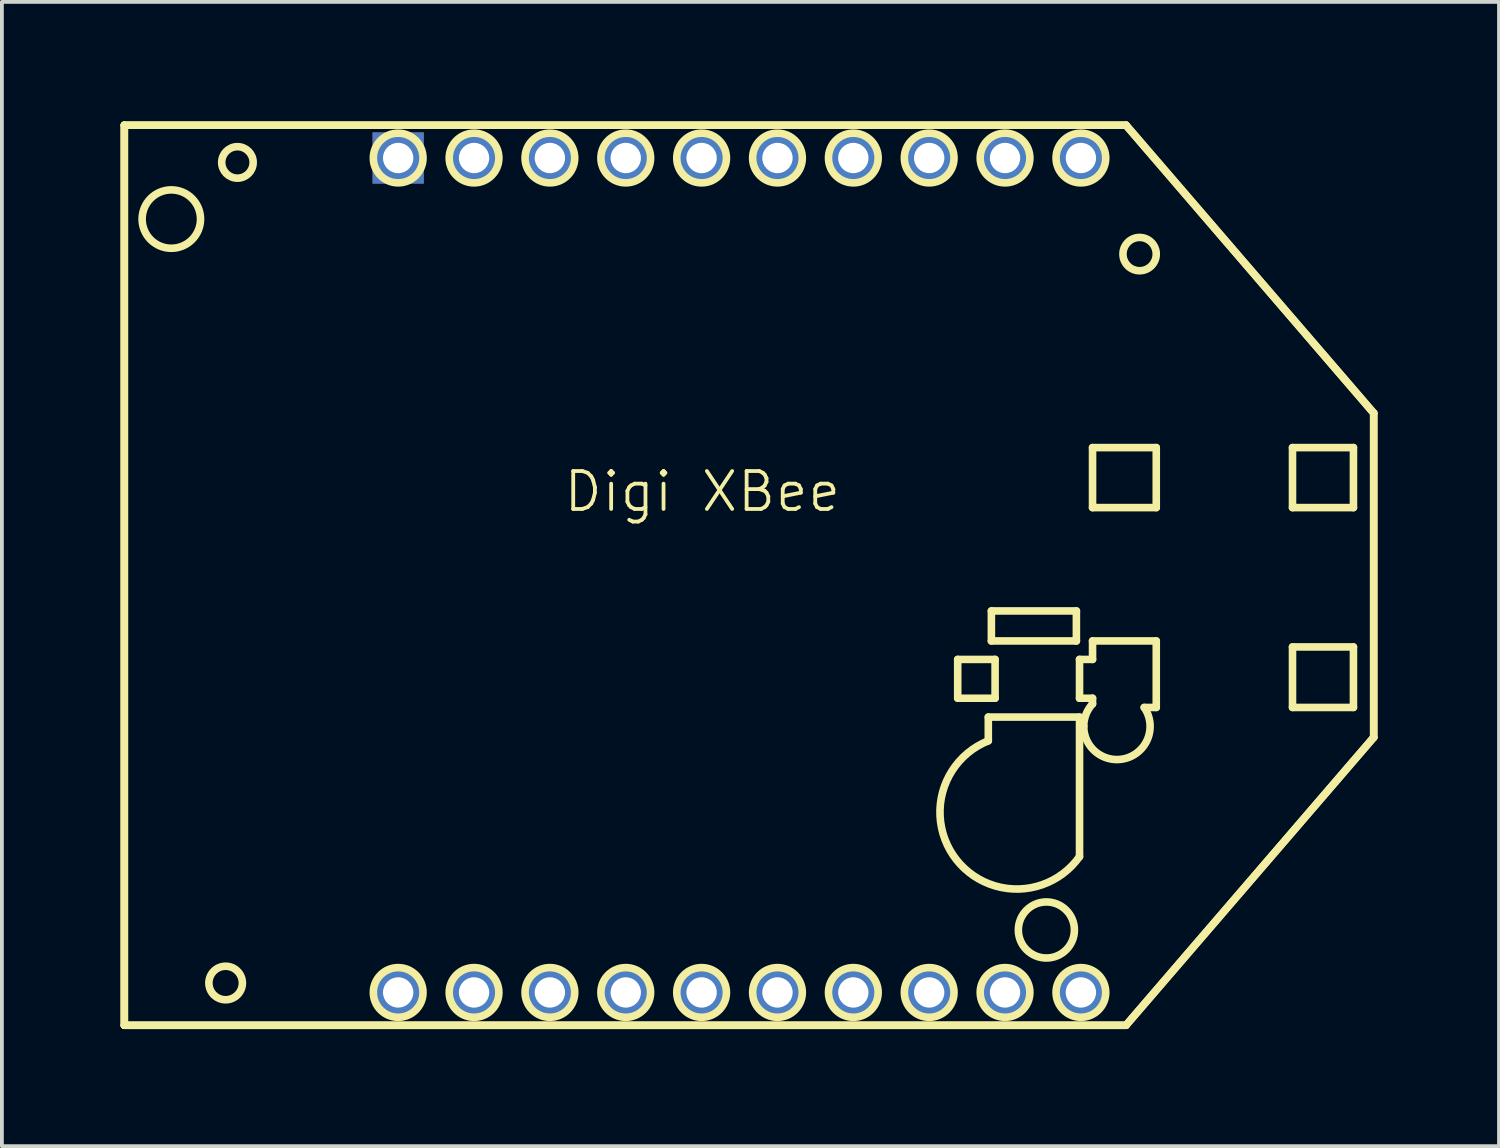
<source format=kicad_pcb>
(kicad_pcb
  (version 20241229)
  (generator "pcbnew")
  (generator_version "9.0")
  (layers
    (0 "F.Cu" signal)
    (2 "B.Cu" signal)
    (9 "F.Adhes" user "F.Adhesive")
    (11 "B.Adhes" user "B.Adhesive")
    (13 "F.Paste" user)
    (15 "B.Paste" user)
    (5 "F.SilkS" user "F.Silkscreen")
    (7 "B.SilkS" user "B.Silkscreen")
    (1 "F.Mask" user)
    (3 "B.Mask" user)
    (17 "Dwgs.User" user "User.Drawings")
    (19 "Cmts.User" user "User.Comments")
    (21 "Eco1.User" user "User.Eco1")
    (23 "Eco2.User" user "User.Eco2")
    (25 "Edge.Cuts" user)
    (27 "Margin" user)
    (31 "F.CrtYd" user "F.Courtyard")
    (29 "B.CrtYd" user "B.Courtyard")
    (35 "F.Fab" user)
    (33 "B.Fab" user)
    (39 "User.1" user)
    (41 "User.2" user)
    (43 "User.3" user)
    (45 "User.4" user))
  (footprint "Digi XBee"
    (layer "F.Cu")
    (at 15.468 10.411)
    (property "Reference" "Digi XBee" (at 0 -0.5 0) (unlocked yes) (layer "F.SilkS") (effects (font (size 1 1) (thickness 0.1))))
    (attr through_hole)
    (fp_line (start -15.24 -10.16) (end -15.24 13.57) (stroke (width 0.2) (type solid)) (layer "F.SilkS"))
    (fp_line (start -15.24 -10.16) (end -15.24 13.57) (stroke (width 0.2) (type solid)) (layer "F.SilkS"))
    (fp_line (start -15.24 13.57) (end 11.17 13.57) (stroke (width 0.2) (type solid)) (layer "F.SilkS"))
    (fp_line (start -15.24 13.57) (end 11.17 13.57) (stroke (width 0.2) (type solid)) (layer "F.SilkS"))
    (fp_line (start 6.732 3.925) (end 7.718 3.925) (stroke (width 0.2) (type solid)) (layer "F.SilkS"))
    (fp_line (start 6.732 4.948) (end 6.732 3.925) (stroke (width 0.2) (type solid)) (layer "F.SilkS"))
    (fp_line (start 7.539 5.445) (end 7.539 6.071) (stroke (width 0.2) (type solid)) (layer "F.SilkS"))
    (fp_line (start 7.62 2.647) (end 9.861 2.647) (stroke (width 0.2) (type solid)) (layer "F.SilkS"))
    (fp_line (start 7.62 3.438) (end 7.62 2.647) (stroke (width 0.2) (type solid)) (layer "F.SilkS"))
    (fp_line (start 7.718 3.925) (end 7.718 4.948) (stroke (width 0.2) (type solid)) (layer "F.SilkS"))
    (fp_line (start 7.718 4.948) (end 6.732 4.948) (stroke (width 0.2) (type solid)) (layer "F.SilkS"))
    (fp_line (start 9.861 2.647) (end 9.861 3.438) (stroke (width 0.2) (type solid)) (layer "F.SilkS"))
    (fp_line (start 9.861 3.438) (end 7.62 3.438) (stroke (width 0.2) (type solid)) (layer "F.SilkS"))
    (fp_line (start 9.944 3.925) (end 9.944 4.948) (stroke (width 0.2) (type solid)) (layer "F.SilkS"))
    (fp_line (start 9.944 4.948) (end 10.287 4.948) (stroke (width 0.2) (type solid)) (layer "F.SilkS"))
    (fp_line (start 9.944 5.445) (end 7.539 5.445) (stroke (width 0.2) (type solid)) (layer "F.SilkS"))
    (fp_line (start 9.944 9.124) (end 9.944 5.445) (stroke (width 0.2) (type solid)) (layer "F.SilkS"))
    (fp_line (start 10.287 -1.66) (end 11.967 -1.66) (stroke (width 0.2) (type solid)) (layer "F.SilkS"))
    (fp_line (start 10.287 -0.078) (end 10.287 -1.66) (stroke (width 0.2) (type solid)) (layer "F.SilkS"))
    (fp_line (start 10.287 3.438) (end 10.287 3.925) (stroke (width 0.2) (type solid)) (layer "F.SilkS"))
    (fp_line (start 10.287 3.925) (end 9.944 3.925) (stroke (width 0.2) (type solid)) (layer "F.SilkS"))
    (fp_line (start 10.287 4.948) (end 10.287 5.097) (stroke (width 0.2) (type solid)) (layer "F.SilkS"))
    (fp_line (start 11.17 -10.16) (end -15.24 -10.16) (stroke (width 0.2) (type solid)) (layer "F.SilkS"))
    (fp_line (start 11.17 -10.16) (end -15.24 -10.16) (stroke (width 0.2) (type solid)) (layer "F.SilkS"))
    (fp_line (start 11.17 13.57) (end 17.7 5.98) (stroke (width 0.2) (type solid)) (layer "F.SilkS"))
    (fp_line (start 11.17 13.57) (end 17.7 5.98) (stroke (width 0.2) (type solid)) (layer "F.SilkS"))
    (fp_line (start 11.649 5.191) (end 11.967 5.191) (stroke (width 0.2) (type solid)) (layer "F.SilkS"))
    (fp_line (start 11.967 -1.66) (end 11.967 -0.078) (stroke (width 0.2) (type solid)) (layer "F.SilkS"))
    (fp_line (start 11.967 -0.078) (end 10.287 -0.078) (stroke (width 0.2) (type solid)) (layer "F.SilkS"))
    (fp_line (start 11.967 3.438) (end 10.287 3.438) (stroke (width 0.2) (type solid)) (layer "F.SilkS"))
    (fp_line (start 11.967 5.191) (end 11.967 3.438) (stroke (width 0.2) (type solid)) (layer "F.SilkS"))
    (fp_line (start 15.559 -1.66) (end 17.166 -1.66) (stroke (width 0.2) (type solid)) (layer "F.SilkS"))
    (fp_line (start 15.559 -0.078) (end 15.559 -1.66) (stroke (width 0.2) (type solid)) (layer "F.SilkS"))
    (fp_line (start 15.559 3.596) (end 17.166 3.596) (stroke (width 0.2) (type solid)) (layer "F.SilkS"))
    (fp_line (start 15.559 5.191) (end 15.559 3.596) (stroke (width 0.2) (type solid)) (layer "F.SilkS"))
    (fp_line (start 17.166 -1.66) (end 17.166 -0.078) (stroke (width 0.2) (type solid)) (layer "F.SilkS"))
    (fp_line (start 17.166 -0.078) (end 15.559 -0.078) (stroke (width 0.2) (type solid)) (layer "F.SilkS"))
    (fp_line (start 17.166 3.596) (end 17.166 5.191) (stroke (width 0.2) (type solid)) (layer "F.SilkS"))
    (fp_line (start 17.166 5.191) (end 15.559 5.191) (stroke (width 0.2) (type solid)) (layer "F.SilkS"))
    (fp_line (start 17.7 -2.57) (end 11.17 -10.16) (stroke (width 0.2) (type solid)) (layer "F.SilkS"))
    (fp_line (start 17.7 -2.57) (end 11.17 -10.16) (stroke (width 0.2) (type solid)) (layer "F.SilkS"))
    (fp_line (start 17.7 5.98) (end 17.7 -2.57) (stroke (width 0.2) (type solid)) (layer "F.SilkS"))
    (fp_line (start 17.7 5.98) (end 17.7 -2.57) (stroke (width 0.2) (type solid)) (layer "F.SilkS"))
    (fp_arc (start 9.943769 9.123906) (mid 6.698678 9.206264) (end 7.53925 6.070847) (stroke (width 0.2) (type solid)) (layer "F.SilkS"))
    (fp_arc (start 10.055 5.69) (mid 10.114995 5.371585) (end 10.286746 5.096831) (stroke (width 0.2) (type solid)) (layer "F.SilkS"))
    (fp_arc (start 11.648933 5.19124) (mid 11.191308 6.525069) (end 10.055 5.69) (stroke (width 0.2) (type solid)) (layer "F.SilkS"))
    (fp_circle (center -14.001 -7.685) (end -13.231 -7.685) (stroke (width 0.2) (type solid)) (fill no) (layer "F.SilkS"))
    (fp_circle (center -12.569 12.456) (end -12.127 12.456) (stroke (width 0.2) (type solid)) (fill no) (layer "F.SilkS"))
    (fp_circle (center -12.258 -9.179) (end -11.843 -9.179) (stroke (width 0.2) (type solid)) (fill no) (layer "F.SilkS"))
    (fp_circle (center -8.02 -9.295) (end -7.365 -9.295) (stroke (width 0.2) (type solid)) (fill no) (layer "F.SilkS"))
    (fp_circle (center -8.02 12.705) (end -7.365 12.705) (stroke (width 0.2) (type solid)) (fill no) (layer "F.SilkS"))
    (fp_circle (center -6.02 -9.295) (end -5.365 -9.295) (stroke (width 0.2) (type solid)) (fill no) (layer "F.SilkS"))
    (fp_circle (center -6.02 12.705) (end -5.365 12.705) (stroke (width 0.2) (type solid)) (fill no) (layer "F.SilkS"))
    (fp_circle (center -4.02 -9.295) (end -3.365 -9.295) (stroke (width 0.2) (type solid)) (fill no) (layer "F.SilkS"))
    (fp_circle (center -4.02 12.705) (end -3.365 12.705) (stroke (width 0.2) (type solid)) (fill no) (layer "F.SilkS"))
    (fp_circle (center -2.02 -9.295) (end -1.365 -9.295) (stroke (width 0.2) (type solid)) (fill no) (layer "F.SilkS"))
    (fp_circle (center -2.02 12.705) (end -1.365 12.705) (stroke (width 0.2) (type solid)) (fill no) (layer "F.SilkS"))
    (fp_circle (center -0.02 -9.295) (end 0.635 -9.295) (stroke (width 0.2) (type solid)) (fill no) (layer "F.SilkS"))
    (fp_circle (center -0.02 12.705) (end 0.635 12.705) (stroke (width 0.2) (type solid)) (fill no) (layer "F.SilkS"))
    (fp_circle (center 1.98 -9.295) (end 2.635 -9.295) (stroke (width 0.2) (type solid)) (fill no) (layer "F.SilkS"))
    (fp_circle (center 1.98 12.705) (end 2.635 12.705) (stroke (width 0.2) (type solid)) (fill no) (layer "F.SilkS"))
    (fp_circle (center 3.98 -9.295) (end 4.635 -9.295) (stroke (width 0.2) (type solid)) (fill no) (layer "F.SilkS"))
    (fp_circle (center 3.98 12.705) (end 4.635 12.705) (stroke (width 0.2) (type solid)) (fill no) (layer "F.SilkS"))
    (fp_circle (center 5.98 -9.295) (end 6.635 -9.295) (stroke (width 0.2) (type solid)) (fill no) (layer "F.SilkS"))
    (fp_circle (center 5.98 12.705) (end 6.635 12.705) (stroke (width 0.2) (type solid)) (fill no) (layer "F.SilkS"))
    (fp_circle (center 7.98 -9.295) (end 8.635 -9.295) (stroke (width 0.2) (type solid)) (fill no) (layer "F.SilkS"))
    (fp_circle (center 7.98 12.705) (end 8.635 12.705) (stroke (width 0.2) (type solid)) (fill no) (layer "F.SilkS"))
    (fp_circle (center 9.07 11.058) (end 9.809 11.058) (stroke (width 0.2) (type solid)) (fill no) (layer "F.SilkS"))
    (fp_circle (center 9.98 -9.295) (end 10.635 -9.295) (stroke (width 0.2) (type solid)) (fill no) (layer "F.SilkS"))
    (fp_circle (center 9.98 12.705) (end 10.635 12.705) (stroke (width 0.2) (type solid)) (fill no) (layer "F.SilkS"))
    (fp_circle (center 11.528 -6.762) (end 11.967 -6.762) (stroke (width 0.2) (type solid)) (fill no) (layer "F.SilkS"))
    (fp_line (start -15.367 -10.31) (end -15.367 13.657) (stroke (width 0.202) (type solid)) (layer "Margin"))
    (fp_line (start -15.367 -10.31) (end -15.367 13.657) (stroke (width 0.202) (type solid)) (layer "Margin"))
    (fp_line (start -15.367 13.657) (end 11.307 13.657) (stroke (width 0.202) (type solid)) (layer "Margin"))
    (fp_line (start -15.367 13.657) (end 11.307 13.657) (stroke (width 0.202) (type solid)) (layer "Margin"))
    (fp_line (start 11.307 -10.31) (end -15.367 -10.31) (stroke (width 0.202) (type solid)) (layer "Margin"))
    (fp_line (start 11.307 -10.31) (end -15.367 -10.31) (stroke (width 0.202) (type solid)) (layer "Margin"))
    (fp_line (start 11.307 13.657) (end 17.903 5.991) (stroke (width 0.202) (type solid)) (layer "Margin"))
    (fp_line (start 11.307 13.657) (end 17.903 5.991) (stroke (width 0.202) (type solid)) (layer "Margin"))
    (fp_line (start 17.903 -2.644) (end 11.307 -10.31) (stroke (width 0.202) (type solid)) (layer "Margin"))
    (fp_line (start 17.903 -2.644) (end 11.307 -10.31) (stroke (width 0.202) (type solid)) (layer "Margin"))
    (fp_line (start 17.903 5.991) (end 17.903 -2.644) (stroke (width 0.202) (type solid)) (layer "Margin"))
    (fp_line (start 17.903 5.991) (end 17.903 -2.644) (stroke (width 0.202) (type solid)) (layer "Margin"))
    (pad "1" thru_hole oval (at 9.98 -9.295 90) (size 1.35 1.35) (drill 0.8) (layers "*.Cu" "*.Mask"))
    (pad "2" thru_hole oval (at 7.98 -9.295 90) (size 1.35 1.35) (drill 0.8) (layers "*.Cu" "*.Mask"))
    (pad "3" thru_hole oval (at 5.98 -9.295 90) (size 1.35 1.35) (drill 0.8) (layers "*.Cu" "*.Mask"))
    (pad "4" thru_hole oval (at 3.98 -9.295 90) (size 1.35 1.35) (drill 0.8) (layers "*.Cu" "*.Mask"))
    (pad "5" thru_hole oval (at 1.98 -9.295 90) (size 1.35 1.35) (drill 0.8) (layers "*.Cu" "*.Mask"))
    (pad "6" thru_hole oval (at -0.02 -9.295 90) (size 1.35 1.35) (drill 0.8) (layers "*.Cu" "*.Mask"))
    (pad "7" thru_hole oval (at -2.02 -9.295 90) (size 1.35 1.35) (drill 0.8) (layers "*.Cu" "*.Mask"))
    (pad "8" thru_hole oval (at -4.02 -9.295 90) (size 1.35 1.35) (drill 0.8) (layers "*.Cu" "*.Mask"))
    (pad "9" thru_hole oval (at -6.02 -9.295 90) (size 1.35 1.35) (drill 0.8) (layers "*.Cu" "*.Mask"))
    (pad "10" thru_hole rect (at -8.02 -9.295 90) (size 1.35 1.35) (drill 0.8) (layers "*.Cu" "*.Mask"))
    (pad "11" thru_hole oval (at -8.02 12.705 90) (size 1.35 1.35) (drill 0.8) (layers "*.Cu" "*.Mask"))
    (pad "12" thru_hole oval (at -6.02 12.705 90) (size 1.35 1.35) (drill 0.8) (layers "*.Cu" "*.Mask"))
    (pad "13" thru_hole oval (at -4.02 12.705 90) (size 1.35 1.35) (drill 0.8) (layers "*.Cu" "*.Mask"))
    (pad "14" thru_hole oval (at -2.02 12.705 90) (size 1.35 1.35) (drill 0.8) (layers "*.Cu" "*.Mask"))
    (pad "15" thru_hole oval (at -0.02 12.705 90) (size 1.35 1.35) (drill 0.8) (layers "*.Cu" "*.Mask"))
    (pad "16" thru_hole oval (at 1.98 12.705 90) (size 1.35 1.35) (drill 0.8) (layers "*.Cu" "*.Mask"))
    (pad "17" thru_hole oval (at 3.98 12.705 90) (size 1.35 1.35) (drill 0.8) (layers "*.Cu" "*.Mask"))
    (pad "18" thru_hole oval (at 5.98 12.705 90) (size 1.35 1.35) (drill 0.8) (layers "*.Cu" "*.Mask"))
    (pad "19" thru_hole oval (at 7.98 12.705 90) (size 1.35 1.35) (drill 0.8) (layers "*.Cu" "*.Mask"))
    (pad "20" thru_hole oval (at 9.98 12.705 90) (size 1.35 1.35) (drill 0.8) (layers "*.Cu" "*.Mask")))
  (gr_rect
    (start -3 -3)
    (end 36.471 27.169)
    (stroke (width 0.1) (type default))
    (fill no)
    (layer "Edge.Cuts")))
</source>
